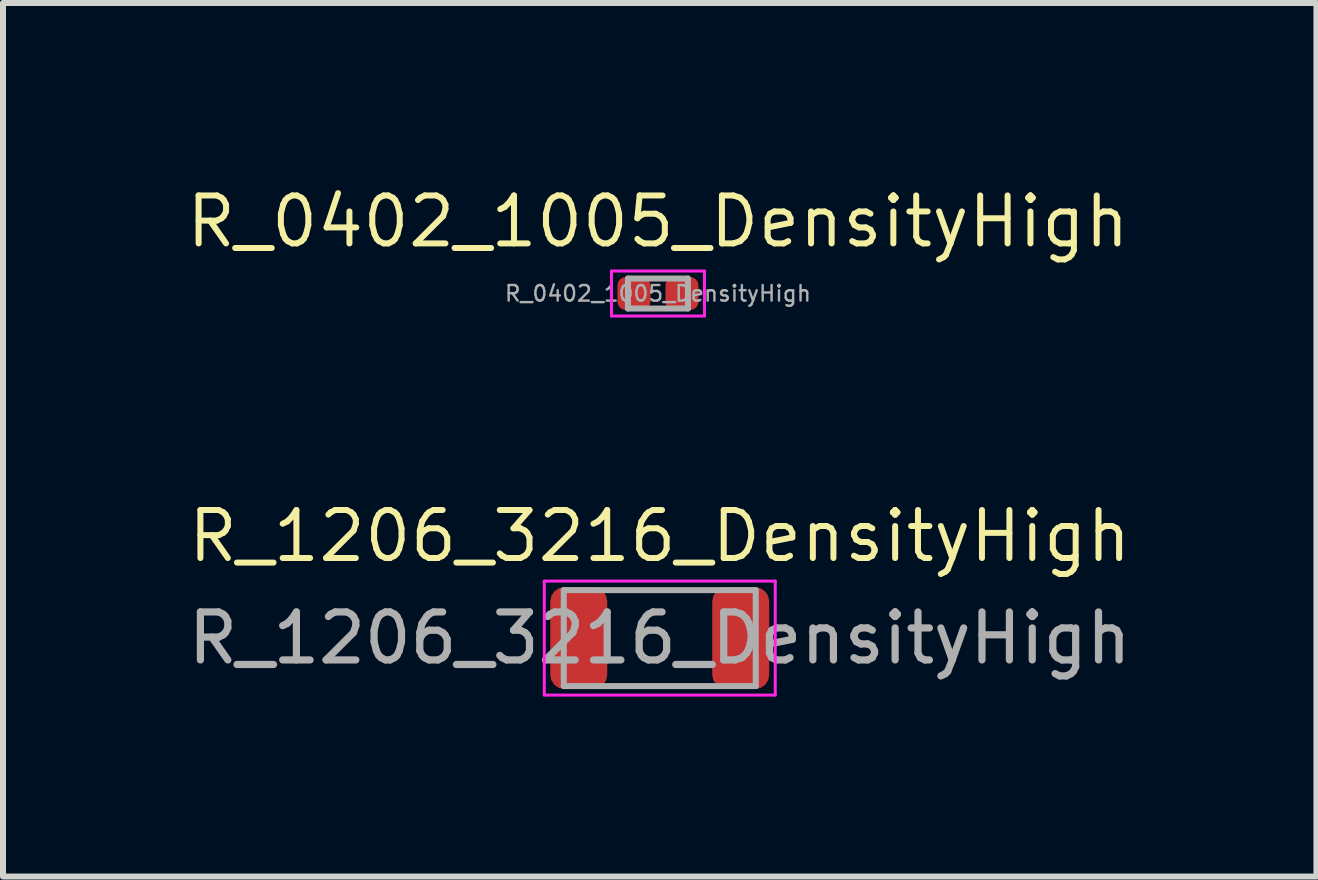
<source format=kicad_pcb>
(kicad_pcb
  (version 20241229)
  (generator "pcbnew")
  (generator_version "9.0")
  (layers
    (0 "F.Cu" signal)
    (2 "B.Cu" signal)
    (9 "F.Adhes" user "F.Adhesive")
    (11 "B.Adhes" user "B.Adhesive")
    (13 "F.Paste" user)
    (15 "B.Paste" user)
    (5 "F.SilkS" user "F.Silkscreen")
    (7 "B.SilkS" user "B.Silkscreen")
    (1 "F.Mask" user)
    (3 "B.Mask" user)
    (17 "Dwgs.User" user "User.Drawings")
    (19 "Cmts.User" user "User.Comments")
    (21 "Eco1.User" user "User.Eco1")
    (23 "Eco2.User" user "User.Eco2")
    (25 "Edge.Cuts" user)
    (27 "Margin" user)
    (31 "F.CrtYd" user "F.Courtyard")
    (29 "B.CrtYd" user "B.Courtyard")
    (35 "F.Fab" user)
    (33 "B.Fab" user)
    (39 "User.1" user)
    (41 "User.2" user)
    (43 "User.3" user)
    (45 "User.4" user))
  (footprint "R_0402_1005_DensityHigh"
    (layer "F.Cu")
    (at 7.918 1.843)
    (property "Reference" "R_0402_1005_DensityHigh" (at 0 -1.2 0) (unlocked yes) (layer "F.SilkS") (effects (font (size 0.8 0.8) (thickness 0.1))))
    (attr smd)
    (fp_line (start -0.775 -0.375) (end 0.775 -0.375) (stroke (width 0.05) (type solid)) (layer "F.CrtYd"))
    (fp_line (start -0.775 0.375) (end -0.775 -0.375) (stroke (width 0.05) (type solid)) (layer "F.CrtYd"))
    (fp_line (start 0.775 -0.375) (end 0.775 0.375) (stroke (width 0.05) (type solid)) (layer "F.CrtYd"))
    (fp_line (start 0.775 0.375) (end -0.775 0.375) (stroke (width 0.05) (type solid)) (layer "F.CrtYd"))
    (fp_line (start -0.5 -0.25) (end 0.5 -0.25) (stroke (width 0.1) (type solid)) (layer "F.Fab"))
    (fp_line (start -0.5 0.25) (end -0.5 -0.25) (stroke (width 0.1) (type solid)) (layer "F.Fab"))
    (fp_line (start 0.5 -0.25) (end 0.5 0.25) (stroke (width 0.1) (type solid)) (layer "F.Fab"))
    (fp_line (start 0.5 0.25) (end -0.5 0.25) (stroke (width 0.1) (type solid)) (layer "F.Fab"))
    (fp_text user "${REFERENCE}" (at 0 0 0) (layer "F.Fab") (effects (font (size 0.26 0.26) (thickness 0.04))))
    (pad "1" smd roundrect (at -0.4 0) (size 0.55 0.55) (layers "F.Cu" "F.Mask" "F.Paste") (roundrect_rratio 0.25))
    (pad "2" smd roundrect (at 0.4 0) (size 0.55 0.55) (layers "F.Cu" "F.Mask" "F.Paste") (roundrect_rratio 0.25)))
  (footprint "R_1206_3216_DensityHigh"
    (layer "F.Cu")
    (at 7.948 7.587)
    (property "Reference" "R_1206_3216_DensityHigh" (at 0 -1.7 0) (layer "F.SilkS") (effects (font (size 0.8 0.8) (thickness 0.1))))
    (attr smd)
    (fp_line (start -1.925 -0.95) (end 1.925 -0.95) (stroke (width 0.05) (type solid)) (layer "F.CrtYd"))
    (fp_line (start -1.925 0.95) (end -1.925 -0.95) (stroke (width 0.05) (type solid)) (layer "F.CrtYd"))
    (fp_line (start 1.925 -0.95) (end 1.925 0.95) (stroke (width 0.05) (type solid)) (layer "F.CrtYd"))
    (fp_line (start 1.925 0.95) (end -1.925 0.95) (stroke (width 0.05) (type solid)) (layer "F.CrtYd"))
    (fp_line (start -1.6 -0.8) (end 1.6 -0.8) (stroke (width 0.1) (type solid)) (layer "F.Fab"))
    (fp_line (start -1.6 0.8) (end -1.6 -0.8) (stroke (width 0.1) (type solid)) (layer "F.Fab"))
    (fp_line (start 1.6 -0.8) (end 1.6 0.8) (stroke (width 0.1) (type solid)) (layer "F.Fab"))
    (fp_line (start 1.6 0.8) (end -1.6 0.8) (stroke (width 0.1) (type solid)) (layer "F.Fab"))
    (fp_text user "${REFERENCE}" (at 0 0 0) (layer "F.Fab") (effects (font (size 0.8 0.8) (thickness 0.12))))
    (pad "1" smd roundrect (at -1.35 0) (size 0.95 1.7) (layers "F.Cu" "F.Mask" "F.Paste") (roundrect_rratio 0.25))
    (pad "2" smd roundrect (at 1.35 0) (size 0.95 1.7) (layers "F.Cu" "F.Mask" "F.Paste") (roundrect_rratio 0.25)))
  (gr_rect
    (start -3 -3)
    (end 18.895 11.562)
    (stroke (width 0.1) (type default))
    (fill no)
    (layer "Edge.Cuts")))
</source>
